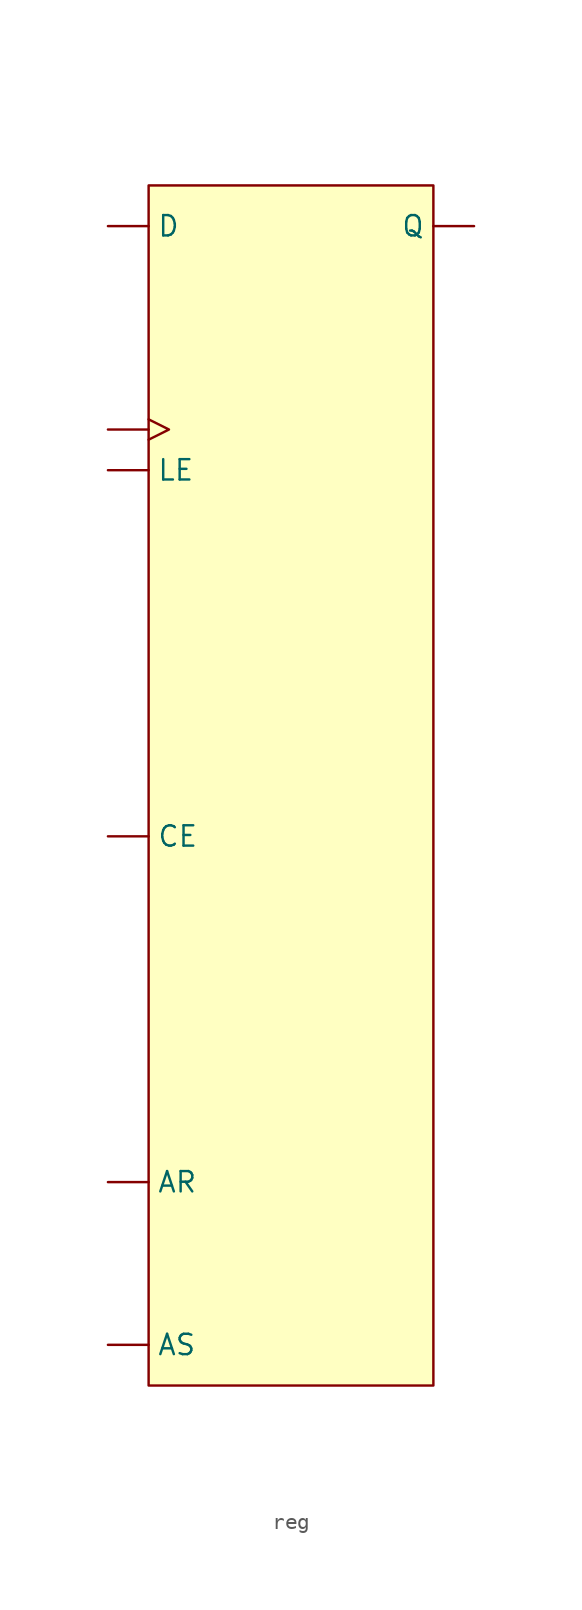
<source format=kicad_sym>
(kicad_symbol_lib
  (version 20211014)
  (generator kicad_symbol_editor)
  (symbol "reg"
    (property "Reference" "U"
      (at 0 0 0)
      (effects (font (size 1.27 1.27)) hide))
    (symbol "reg_0_1"
      (rectangle (start -8.89 53.34) (end 8.89 -21.59) (stroke (width 0.152) (type default) (color 0 0 0 0)) (fill (type background))))
    (symbol "reg_1_1"
      (pin input clock (at -11.43 38.1 0) (length 2.54) (name "" (effects (font (size 1.27 1.27)))) (number "" (effects (font (size 1.27 1.27)))))
      (pin input line (at -11.43 -8.89 0) (length 2.54) (name "AR" (effects (font (size 1.27 1.27)))) (number "" (effects (font (size 1.27 1.27)))))
      (pin input line (at -11.43 -19.05 0) (length 2.54) (name "AS" (effects (font (size 1.27 1.27)))) (number "" (effects (font (size 1.27 1.27)))))
      (pin input line (at -11.43 12.7 0) (length 2.54) (name "CE" (effects (font (size 1.27 1.27)))) (number "" (effects (font (size 1.27 1.27)))))
      (pin input line (at -11.43 50.8 0) (length 2.54) (name "D" (effects (font (size 1.27 1.27)))) (number "" (effects (font (size 1.27 1.27)))))
      (pin input line (at -11.43 35.56 0) (length 2.54) (name "LE" (effects (font (size 1.27 1.27)))) (number "" (effects (font (size 1.27 1.27)))))
      (pin output line (at 11.43 50.8 180) (length 2.54) (name "Q" (effects (font (size 1.27 1.27)))) (number "" (effects (font (size 1.27 1.27))))))))
</source>
